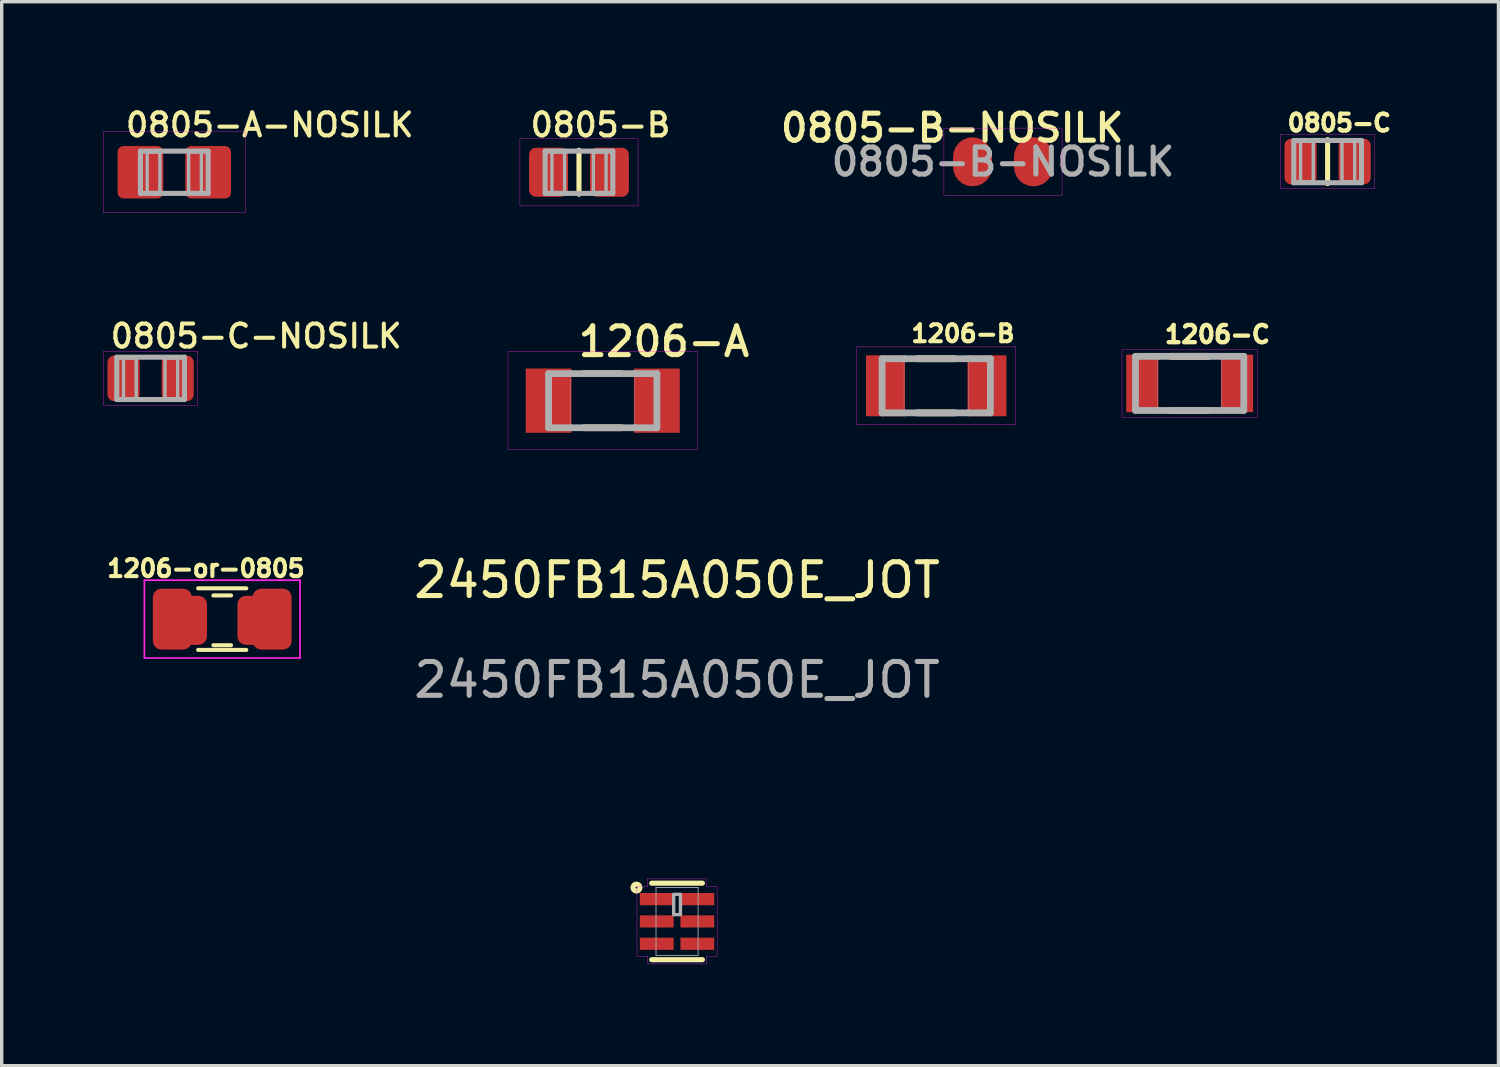
<source format=kicad_pcb>
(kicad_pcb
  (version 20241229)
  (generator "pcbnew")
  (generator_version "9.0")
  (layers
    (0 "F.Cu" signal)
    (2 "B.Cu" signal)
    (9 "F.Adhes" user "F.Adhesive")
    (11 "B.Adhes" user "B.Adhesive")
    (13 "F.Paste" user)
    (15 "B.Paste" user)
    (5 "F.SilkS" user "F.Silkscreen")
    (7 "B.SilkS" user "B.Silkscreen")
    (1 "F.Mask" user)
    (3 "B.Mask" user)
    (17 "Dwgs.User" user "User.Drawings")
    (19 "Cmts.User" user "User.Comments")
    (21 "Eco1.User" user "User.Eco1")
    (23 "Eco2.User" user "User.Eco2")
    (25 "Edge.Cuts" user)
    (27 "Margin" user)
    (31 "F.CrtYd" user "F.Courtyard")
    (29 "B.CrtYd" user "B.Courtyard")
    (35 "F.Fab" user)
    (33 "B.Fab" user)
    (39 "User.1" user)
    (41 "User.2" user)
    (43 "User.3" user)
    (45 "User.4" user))
  (footprint "1206-or-0805"
    (layer "F.Cu")
    (at 3.516 15.244)
    (property "Reference" "1206-or-0805" (at -0.481 -1.496 0) (layer "F.SilkS") (effects (font (size 0.5 0.5) (thickness 0.12))))
    (attr smd)
    (fp_line (start -0.711 -0.91) (end 0.711 -0.91) (stroke (width 0.12) (type solid)) (layer "F.SilkS"))
    (fp_line (start -0.711 0.91) (end 0.711 0.91) (stroke (width 0.12) (type solid)) (layer "F.SilkS"))
    (fp_line (start -0.261 -0.699) (end 0.261 -0.699) (stroke (width 0.12) (type solid)) (layer "F.SilkS"))
    (fp_line (start -0.261 0.771) (end 0.261 0.771) (stroke (width 0.12) (type solid)) (layer "F.SilkS"))
    (fp_line (start -2.3 -1.15) (end 2.3 -1.15) (stroke (width 0.05) (type solid)) (layer "F.CrtYd"))
    (fp_line (start -2.3 1.15) (end -2.3 -1.15) (stroke (width 0.05) (type solid)) (layer "F.CrtYd"))
    (fp_line (start 2.3 -1.15) (end 2.3 1.15) (stroke (width 0.05) (type solid)) (layer "F.CrtYd"))
    (fp_line (start 2.3 1.15) (end -2.3 1.15) (stroke (width 0.05) (type solid)) (layer "F.CrtYd"))
    (pad "1" smd roundrect (at -1.475 0) (size 1.15 1.8) (layers "F.Cu" "F.Mask" "F.Paste") (roundrect_rratio 0.217))
    (pad "1" smd roundrect (at -0.95 0.036) (size 1 1.45) (layers "F.Cu" "F.Mask" "F.Paste") (roundrect_rratio 0.25))
    (pad "2" smd roundrect (at 0.95 0.036) (size 1 1.45) (layers "F.Cu" "F.Mask" "F.Paste") (roundrect_rratio 0.25))
    (pad "2" smd roundrect (at 1.475 0) (size 1.15 1.8) (layers "F.Cu" "F.Mask" "F.Paste") (roundrect_rratio 0.217)))
  (footprint "1206-C"
    (layer "F.Cu")
    (at 32.103 8.279)
    (property "Reference" "1206-C" (at -0.8 -1.15 0) (layer "F.SilkS") (effects (font (size 0.508 0.508) (thickness 0.127) (bold yes)) (justify left bottom)))
    (fp_line (start -0.55 -0.8) (end 0.55 -0.8) (stroke (width 0.2) (type solid)) (layer "F.SilkS"))
    (fp_line (start -0.55 0.8) (end 0.55 0.8) (stroke (width 0.2) (type solid)) (layer "F.SilkS"))
    (fp_line (start -2 -1) (end -2 1) (stroke (width 0.01) (type solid)) (layer "F.CrtYd"))
    (fp_line (start -2 1) (end 2 1) (stroke (width 0.01) (type solid)) (layer "F.CrtYd"))
    (fp_line (start 2 -1) (end -2 -1) (stroke (width 0.01) (type solid)) (layer "F.CrtYd"))
    (fp_line (start 2 1) (end 2 -1) (stroke (width 0.01) (type solid)) (layer "F.CrtYd"))
    (fp_line (start -1.6 -0.8) (end -1.6 0.8) (stroke (width 0.2) (type solid)) (layer "F.Fab"))
    (fp_line (start -1.6 0.8) (end -0.95 0.8) (stroke (width 0.2) (type solid)) (layer "F.Fab"))
    (fp_line (start -0.95 -0.8) (end -1.6 -0.8) (stroke (width 0.2) (type solid)) (layer "F.Fab"))
    (fp_line (start -0.95 -0.8) (end -0.95 0.8) (stroke (width 0.01) (type solid)) (layer "F.Fab"))
    (fp_line (start -0.95 0.8) (end 0.95 0.8) (stroke (width 0.2) (type solid)) (layer "F.Fab"))
    (fp_line (start 0.95 -0.8) (end -0.95 -0.8) (stroke (width 0.2) (type solid)) (layer "F.Fab"))
    (fp_line (start 0.95 -0.8) (end 0.95 0.8) (stroke (width 0.01) (type solid)) (layer "F.Fab"))
    (fp_line (start 0.95 0.8) (end 1.6 0.8) (stroke (width 0.2) (type solid)) (layer "F.Fab"))
    (fp_line (start 1.6 -0.8) (end 0.95 -0.8) (stroke (width 0.2) (type solid)) (layer "F.Fab"))
    (fp_line (start 1.6 0.8) (end 1.6 -0.8) (stroke (width 0.2) (type solid)) (layer "F.Fab"))
    (pad "1" smd rect (at -1.4 0) (size 0.95 1.7) (layers "F.Cu" "F.Mask" "F.Paste"))
    (pad "2" smd rect (at 1.4 0) (size 0.95 1.7) (layers "F.Cu" "F.Mask" "F.Paste")))
  (footprint "0805-A-NOSILK"
    (layer "F.Cu")
    (at 2.1 2.04)
    (property "Reference" "0805-A-NOSILK" (at -1.5 -1 0) (layer "F.SilkS") (effects (font (size 0.68 0.68) (thickness 0.12)) (justify left bottom)))
    (fp_poly (pts (xy -0.26 0.84) (xy -1.74 0.84) (xy -1.74 -0.84) (xy -0.26 -0.84)) (stroke (width 0) (type default)) (fill yes) (layer "F.Mask"))
    (fp_poly (pts (xy 1.74 0.84) (xy 0.26 0.84) (xy 0.26 -0.84) (xy 1.74 -0.84)) (stroke (width 0) (type default)) (fill yes) (layer "F.Mask"))
    (fp_line (start -2.095 -1.195) (end -2.095 1.195) (stroke (width 0.01) (type solid)) (layer "F.CrtYd"))
    (fp_line (start -2.095 1.195) (end 2.095 1.195) (stroke (width 0.01) (type solid)) (layer "F.CrtYd"))
    (fp_line (start 2.095 -1.195) (end -2.095 -1.195) (stroke (width 0.01) (type solid)) (layer "F.CrtYd"))
    (fp_line (start 2.095 1.195) (end 2.095 -1.195) (stroke (width 0.01) (type solid)) (layer "F.CrtYd"))
    (fp_line (start -1 -0.625) (end 1 -0.625) (stroke (width 0.15) (type solid)) (layer "F.Fab"))
    (fp_line (start -1 0.625) (end -1 -0.625) (stroke (width 0.15) (type solid)) (layer "F.Fab"))
    (fp_line (start 1 -0.625) (end 1 0.625) (stroke (width 0.15) (type solid)) (layer "F.Fab"))
    (fp_line (start 1 0.625) (end -1 0.625) (stroke (width 0.15) (type solid)) (layer "F.Fab"))
    (fp_poly (pts (xy -0.8 0.6) (xy -0.425 0.6) (xy -0.425 -0.6) (xy -0.8 -0.6)) (stroke (width 0.1) (type default)) (fill no) (layer "F.Fab"))
    (fp_poly (pts (xy 0.425 0.6) (xy 0.8 0.6) (xy 0.8 -0.6) (xy 0.425 -0.6)) (stroke (width 0.1) (type default)) (fill no) (layer "F.Fab"))
    (pad "1" smd roundrect (at -1 0) (size 1.35 1.55) (layers "F.Cu" "F.Paste") (roundrect_rratio 0.13))
    (pad "2" smd roundrect (at 1 0) (size 1.35 1.55) (layers "F.Cu" "F.Paste") (roundrect_rratio 0.13)))
  (footprint "0805-C"
    (layer "F.Cu")
    (at 36.179 1.725)
    (property "Reference" "0805-C" (at -1.25 -0.85 0) (layer "F.SilkS") (effects (font (size 0.5 0.5) (thickness 0.125)) (justify left bottom)))
    (fp_line (start 0 -0.65) (end 0 0.65) (stroke (width 0.15) (type solid)) (layer "F.SilkS"))
    (fp_line (start -1.395 -0.795) (end -1.395 0.795) (stroke (width 0.01) (type solid)) (layer "F.CrtYd"))
    (fp_line (start -1.395 0.795) (end 1.395 0.795) (stroke (width 0.01) (type solid)) (layer "F.CrtYd"))
    (fp_line (start 1.395 -0.795) (end -1.395 -0.795) (stroke (width 0.01) (type solid)) (layer "F.CrtYd"))
    (fp_line (start 1.395 0.795) (end 1.395 -0.795) (stroke (width 0.01) (type solid)) (layer "F.CrtYd"))
    (fp_line (start -1 -0.625) (end 1 -0.625) (stroke (width 0.15) (type solid)) (layer "F.Fab"))
    (fp_line (start -1 0.625) (end -1 -0.625) (stroke (width 0.15) (type solid)) (layer "F.Fab"))
    (fp_line (start 1 -0.625) (end 1 0.625) (stroke (width 0.15) (type solid)) (layer "F.Fab"))
    (fp_line (start 1 0.625) (end -1 0.625) (stroke (width 0.15) (type solid)) (layer "F.Fab"))
    (fp_poly (pts (xy -0.8 0.6) (xy -0.425 0.6) (xy -0.425 -0.6) (xy -0.8 -0.6)) (stroke (width 0.1) (type default)) (fill no) (layer "F.Fab"))
    (fp_poly (pts (xy 0.425 0.6) (xy 0.8 0.6) (xy 0.8 -0.6) (xy 0.425 -0.6)) (stroke (width 0.1) (type default)) (fill no) (layer "F.Fab"))
    (pad "1" smd roundrect (at -0.8 0) (size 0.95 1.35) (layers "F.Cu" "F.Mask" "F.Paste") (roundrect_rratio 0.21))
    (pad "2" smd roundrect (at 0.8 0) (size 0.95 1.35) (layers "F.Cu" "F.Mask" "F.Paste") (roundrect_rratio 0.21)))
  (footprint "1206-B"
    (layer "F.Cu")
    (at 24.614 8.35)
    (property "Reference" "1206-B" (at -0.8 -1.25 0) (layer "F.SilkS") (effects (font (size 0.5 0.5) (thickness 0.12)) (justify left bottom)))
    (fp_line (start -0.55 -0.8) (end 0.55 -0.8) (stroke (width 0.2) (type solid)) (layer "F.SilkS"))
    (fp_line (start -0.55 0.8) (end 0.55 0.8) (stroke (width 0.2) (type solid)) (layer "F.SilkS"))
    (fp_line (start -2.35 -1.15) (end -2.35 1.15) (stroke (width 0.01) (type solid)) (layer "F.CrtYd"))
    (fp_line (start -2.35 1.15) (end 2.35 1.15) (stroke (width 0.01) (type solid)) (layer "F.CrtYd"))
    (fp_line (start 2.35 -1.15) (end -2.35 -1.15) (stroke (width 0.01) (type solid)) (layer "F.CrtYd"))
    (fp_line (start 2.35 1.15) (end 2.35 -1.15) (stroke (width 0.01) (type solid)) (layer "F.CrtYd"))
    (fp_line (start -1.6 -0.8) (end -1.6 0.8) (stroke (width 0.2) (type solid)) (layer "F.Fab"))
    (fp_line (start -1.6 0.8) (end -0.95 0.8) (stroke (width 0.2) (type solid)) (layer "F.Fab"))
    (fp_line (start -0.95 -0.8) (end -1.6 -0.8) (stroke (width 0.2) (type solid)) (layer "F.Fab"))
    (fp_line (start -0.95 -0.8) (end -0.95 0.8) (stroke (width 0.01) (type solid)) (layer "F.Fab"))
    (fp_line (start -0.95 0.8) (end 0.95 0.8) (stroke (width 0.2) (type solid)) (layer "F.Fab"))
    (fp_line (start 0.95 -0.8) (end -0.95 -0.8) (stroke (width 0.2) (type solid)) (layer "F.Fab"))
    (fp_line (start 0.95 -0.8) (end 0.95 0.8) (stroke (width 0.01) (type solid)) (layer "F.Fab"))
    (fp_line (start 0.95 0.8) (end 1.6 0.8) (stroke (width 0.2) (type solid)) (layer "F.Fab"))
    (fp_line (start 1.6 -0.8) (end 0.95 -0.8) (stroke (width 0.2) (type solid)) (layer "F.Fab"))
    (fp_line (start 1.6 0.8) (end 1.6 -0.8) (stroke (width 0.2) (type solid)) (layer "F.Fab"))
    (pad "1" smd rect (at -1.5 0) (size 1.15 1.8) (layers "F.Cu" "F.Mask" "F.Paste"))
    (pad "2" smd rect (at 1.5 0) (size 1.15 1.8) (layers "F.Cu" "F.Mask" "F.Paste")))
  (footprint "2450FB15A050E_JOT"
    (layer "F.Cu")
    (at 16.956 24.177)
    (property "Reference" "2450FB15A050E_JOT" (at 0 -10.084 0) (unlocked yes) (layer "F.SilkS") (effects (font (size 1 1) (thickness 0.15))))
    (attr smd)
    (fp_line (start -0.749 1.13) (end 0.749 1.13) (stroke (width 0.152) (type solid)) (layer "F.SilkS"))
    (fp_line (start 0.749 -1.13) (end -0.749 -1.13) (stroke (width 0.152) (type solid)) (layer "F.SilkS"))
    (fp_circle (center -1.2 -1) (end -1.098 -1) (stroke (width 0.152) (type solid)) (fill no) (layer "F.SilkS"))
    (fp_line (start -1.184 -1.031) (end -0.876 -1.031) (stroke (width 0.01) (type solid)) (layer "F.CrtYd"))
    (fp_line (start -1.184 1.031) (end -1.184 -1.031) (stroke (width 0.01) (type solid)) (layer "F.CrtYd"))
    (fp_line (start -1.184 1.031) (end -0.876 1.031) (stroke (width 0.01) (type solid)) (layer "F.CrtYd"))
    (fp_line (start -0.876 -1.257) (end 0.876 -1.257) (stroke (width 0.01) (type solid)) (layer "F.CrtYd"))
    (fp_line (start -0.876 -1.031) (end -0.876 -1.257) (stroke (width 0.01) (type solid)) (layer "F.CrtYd"))
    (fp_line (start -0.876 1.257) (end -0.876 1.031) (stroke (width 0.01) (type solid)) (layer "F.CrtYd"))
    (fp_line (start 0.876 -1.257) (end 0.876 -1.031) (stroke (width 0.01) (type solid)) (layer "F.CrtYd"))
    (fp_line (start 0.876 1.031) (end 0.876 1.257) (stroke (width 0.01) (type solid)) (layer "F.CrtYd"))
    (fp_line (start 0.876 1.257) (end -0.876 1.257) (stroke (width 0.01) (type solid)) (layer "F.CrtYd"))
    (fp_line (start 1.184 -1.031) (end 0.876 -1.031) (stroke (width 0.01) (type solid)) (layer "F.CrtYd"))
    (fp_line (start 1.184 -1.031) (end 1.184 1.031) (stroke (width 0.01) (type solid)) (layer "F.CrtYd"))
    (fp_line (start 1.184 1.031) (end 0.876 1.031) (stroke (width 0.01) (type solid)) (layer "F.CrtYd"))
    (fp_line (start -0.622 -1.003) (end -0.622 1.003) (stroke (width 0.025) (type solid)) (layer "F.Fab"))
    (fp_line (start -0.622 1.003) (end 0.622 1.003) (stroke (width 0.025) (type solid)) (layer "F.Fab"))
    (fp_line (start 0.622 -1.003) (end -0.622 -1.003) (stroke (width 0.025) (type solid)) (layer "F.Fab"))
    (fp_line (start 0.622 1.003) (end 0.622 -1.003) (stroke (width 0.025) (type solid)) (layer "F.Fab"))
    (fp_rect (start -0.1 -0.8) (end 0.1 -0.2) (stroke (width 0.1) (type solid)) (fill no) (layer "F.Fab"))
    (fp_text user "${REFERENCE}" (at 0 -7.137 0) (unlocked yes) (layer "F.Fab") (effects (font (size 1 1) (thickness 0.15))))
    (pad "1" smd rect (at -0.6 -0.66) (size 1 0.36) (layers "F.Cu" "F.Mask" "F.Paste"))
    (pad "2" smd rect (at -0.6 0) (size 1 0.36) (layers "F.Cu" "F.Mask" "F.Paste"))
    (pad "3" smd rect (at -0.6 0.66) (size 1 0.36) (layers "F.Cu" "F.Mask" "F.Paste"))
    (pad "4" smd rect (at 0.6 0.66) (size 1 0.36) (layers "F.Cu" "F.Mask" "F.Paste"))
    (pad "5" smd rect (at 0.6 0) (size 1 0.36) (layers "F.Cu" "F.Mask" "F.Paste"))
    (pad "6" smd rect (at 0.6 -0.66) (size 1 0.36) (layers "F.Cu" "F.Mask" "F.Paste")))
  (footprint "0805-B-NOSILK"
    (layer "F.Cu")
    (at 26.587 1.731)
    (property "Reference" "0805-B-NOSILK" (at -1.5 -1 0) (layer "F.SilkS") (effects (font (size 0.8 0.8) (thickness 0.15))))
    (attr through_hole)
    (fp_poly (pts (xy -0.52 -0.53) (xy -1.28 -0.53) (xy -1.28 0.53) (xy -0.52 0.53)) (stroke (width 0.52) (type solid)) (fill yes) (layer "F.Mask"))
    (fp_poly (pts (xy 1.28 -0.53) (xy 0.52 -0.53) (xy 0.52 0.53) (xy 1.28 0.53)) (stroke (width 0.52) (type solid)) (fill yes) (layer "F.Mask"))
    (fp_line (start -1 -0.625) (end 1 -0.625) (stroke (width 0.15) (type solid)) (layer "Eco2.User"))
    (fp_line (start -1 -0.625) (end 1 -0.625) (stroke (width 0.15) (type solid)) (layer "Eco2.User"))
    (fp_line (start -1 0.625) (end -1 -0.625) (stroke (width 0.15) (type solid)) (layer "Eco2.User"))
    (fp_line (start -1 0.625) (end -1 -0.625) (stroke (width 0.15) (type solid)) (layer "Eco2.User"))
    (fp_line (start 1 -0.625) (end 1 0.625) (stroke (width 0.15) (type solid)) (layer "Eco2.User"))
    (fp_line (start 1 -0.625) (end 1 0.625) (stroke (width 0.15) (type solid)) (layer "Eco2.User"))
    (fp_line (start 1 0.625) (end -1 0.625) (stroke (width 0.15) (type solid)) (layer "Eco2.User"))
    (fp_line (start 1 0.625) (end -1 0.625) (stroke (width 0.15) (type solid)) (layer "Eco2.User"))
    (fp_line (start -1.745 -0.995) (end -1.745 0.995) (stroke (width 0.01) (type solid)) (layer "F.CrtYd"))
    (fp_line (start -1.745 0.995) (end 1.745 0.995) (stroke (width 0.01) (type solid)) (layer "F.CrtYd"))
    (fp_line (start 1.745 -0.995) (end -1.745 -0.995) (stroke (width 0.01) (type solid)) (layer "F.CrtYd"))
    (fp_line (start 1.745 0.995) (end 1.745 -0.995) (stroke (width 0.01) (type solid)) (layer "F.CrtYd"))
    (fp_text user "${REFERENCE}" (at 0 0 0) (layer "F.Fab") (effects (font (size 0.8 0.8) (thickness 0.15))))
    (pad "1" smd roundrect (at -0.9 0) (size 1.15 1.45) (layers "F.Cu" "F.Mask" "F.Paste") (roundrect_rratio 0.5))
    (pad "2" smd roundrect (at 0.9 0) (size 1.15 1.45) (layers "F.Cu" "F.Mask" "F.Paste") (roundrect_rratio 0.5)))
  (footprint "1206-A"
    (layer "F.Cu")
    (at 14.76 8.79)
    (property "Reference" "1206-A" (at -0.8 -1.25 0) (layer "F.SilkS") (effects (font (size 0.85 0.85) (thickness 0.15)) (justify left bottom)))
    (fp_line (start -0.55 -0.8) (end 0.55 -0.8) (stroke (width 0.2) (type solid)) (layer "F.SilkS"))
    (fp_line (start -0.55 0.8) (end 0.55 0.8) (stroke (width 0.2) (type solid)) (layer "F.SilkS"))
    (fp_line (start -2.8 -1.45) (end -2.8 1.45) (stroke (width 0.01) (type solid)) (layer "F.CrtYd"))
    (fp_line (start -2.8 1.45) (end 2.8 1.45) (stroke (width 0.01) (type solid)) (layer "F.CrtYd"))
    (fp_line (start 2.8 -1.45) (end -2.8 -1.45) (stroke (width 0.01) (type solid)) (layer "F.CrtYd"))
    (fp_line (start 2.8 1.45) (end 2.8 -1.45) (stroke (width 0.01) (type solid)) (layer "F.CrtYd"))
    (fp_line (start -1.6 -0.8) (end -1.6 0.8) (stroke (width 0.2) (type solid)) (layer "F.Fab"))
    (fp_line (start -1.6 0.8) (end -0.95 0.8) (stroke (width 0.2) (type solid)) (layer "F.Fab"))
    (fp_line (start -0.95 -0.8) (end -1.6 -0.8) (stroke (width 0.2) (type solid)) (layer "F.Fab"))
    (fp_line (start -0.95 -0.8) (end -0.95 0.8) (stroke (width 0.01) (type solid)) (layer "F.Fab"))
    (fp_line (start -0.95 0.8) (end 0.95 0.8) (stroke (width 0.2) (type solid)) (layer "F.Fab"))
    (fp_line (start 0.95 -0.8) (end -0.95 -0.8) (stroke (width 0.2) (type solid)) (layer "F.Fab"))
    (fp_line (start 0.95 -0.8) (end 0.95 0.8) (stroke (width 0.01) (type solid)) (layer "F.Fab"))
    (fp_line (start 0.95 0.8) (end 1.6 0.8) (stroke (width 0.2) (type solid)) (layer "F.Fab"))
    (fp_line (start 1.6 -0.8) (end 0.95 -0.8) (stroke (width 0.2) (type solid)) (layer "F.Fab"))
    (fp_line (start 1.6 0.8) (end 1.6 -0.8) (stroke (width 0.2) (type solid)) (layer "F.Fab"))
    (pad "1" smd rect (at -1.6 0) (size 1.35 1.9) (layers "F.Cu" "F.Mask" "F.Paste"))
    (pad "2" smd rect (at 1.6 0) (size 1.35 1.9) (layers "F.Cu" "F.Mask" "F.Paste")))
  (footprint "0805-B"
    (layer "F.Cu")
    (at 14.058 2.04)
    (property "Reference" "0805-B" (at -1.5 -1 0) (layer "F.SilkS") (effects (font (size 0.68 0.68) (thickness 0.12)) (justify left bottom)))
    (fp_poly (pts (xy -0.26 0.79) (xy -1.54 0.79) (xy -1.54 -0.79) (xy -0.26 -0.79)) (stroke (width 0) (type default)) (fill yes) (layer "F.Mask"))
    (fp_poly (pts (xy 1.54 0.79) (xy 0.26 0.79) (xy 0.26 -0.79) (xy 1.54 -0.79)) (stroke (width 0) (type default)) (fill yes) (layer "F.Mask"))
    (fp_line (start 0 -0.65) (end 0 0.65) (stroke (width 0.15) (type solid)) (layer "F.SilkS"))
    (fp_line (start -1.745 -0.995) (end -1.745 0.995) (stroke (width 0.01) (type solid)) (layer "F.CrtYd"))
    (fp_line (start -1.745 0.995) (end 1.745 0.995) (stroke (width 0.01) (type solid)) (layer "F.CrtYd"))
    (fp_line (start 1.745 -0.995) (end -1.745 -0.995) (stroke (width 0.01) (type solid)) (layer "F.CrtYd"))
    (fp_line (start 1.745 0.995) (end 1.745 -0.995) (stroke (width 0.01) (type solid)) (layer "F.CrtYd"))
    (fp_line (start -1 -0.625) (end 1 -0.625) (stroke (width 0.15) (type solid)) (layer "F.Fab"))
    (fp_line (start -1 0.625) (end -1 -0.625) (stroke (width 0.15) (type solid)) (layer "F.Fab"))
    (fp_line (start 1 -0.625) (end 1 0.625) (stroke (width 0.15) (type solid)) (layer "F.Fab"))
    (fp_line (start 1 0.625) (end -1 0.625) (stroke (width 0.15) (type solid)) (layer "F.Fab"))
    (fp_poly (pts (xy -0.8 0.6) (xy -0.425 0.6) (xy -0.425 -0.6) (xy -0.8 -0.6)) (stroke (width 0.1) (type default)) (fill no) (layer "F.Fab"))
    (fp_poly (pts (xy 0.425 0.6) (xy 0.8 0.6) (xy 0.8 -0.6) (xy 0.425 -0.6)) (stroke (width 0.1) (type default)) (fill no) (layer "F.Fab"))
    (pad "1" smd roundrect (at -0.9 0) (size 1.15 1.45) (layers "F.Cu" "F.Paste") (roundrect_rratio 0.175))
    (pad "2" smd roundrect (at 0.9 0) (size 1.15 1.45) (layers "F.Cu" "F.Paste") (roundrect_rratio 0.175)))
  (footprint "0805-C-NOSILK"
    (layer "F.Cu")
    (at 1.4 8.13)
    (property "Reference" "0805-C-NOSILK" (at -1.25 -0.85 0) (layer "F.SilkS") (effects (font (size 0.68 0.68) (thickness 0.12)) (justify left bottom)))
    (fp_poly (pts (xy -0.26 0.74) (xy -1.34 0.74) (xy -1.34 -0.74) (xy -0.26 -0.74)) (stroke (width 0) (type default)) (fill yes) (layer "F.Mask"))
    (fp_poly (pts (xy 1.34 0.74) (xy 0.26 0.74) (xy 0.26 -0.74) (xy 1.34 -0.74)) (stroke (width 0) (type default)) (fill yes) (layer "F.Mask"))
    (fp_line (start -1.395 -0.795) (end -1.395 0.795) (stroke (width 0.01) (type solid)) (layer "F.CrtYd"))
    (fp_line (start -1.395 0.795) (end 1.395 0.795) (stroke (width 0.01) (type solid)) (layer "F.CrtYd"))
    (fp_line (start 1.395 -0.795) (end -1.395 -0.795) (stroke (width 0.01) (type solid)) (layer "F.CrtYd"))
    (fp_line (start 1.395 0.795) (end 1.395 -0.795) (stroke (width 0.01) (type solid)) (layer "F.CrtYd"))
    (fp_line (start -1 -0.625) (end 1 -0.625) (stroke (width 0.15) (type solid)) (layer "F.Fab"))
    (fp_line (start -1 0.625) (end -1 -0.625) (stroke (width 0.15) (type solid)) (layer "F.Fab"))
    (fp_line (start 1 -0.625) (end 1 0.625) (stroke (width 0.15) (type solid)) (layer "F.Fab"))
    (fp_line (start 1 0.625) (end -1 0.625) (stroke (width 0.15) (type solid)) (layer "F.Fab"))
    (fp_poly (pts (xy -0.8 0.6) (xy -0.425 0.6) (xy -0.425 -0.6) (xy -0.8 -0.6)) (stroke (width 0.1) (type default)) (fill no) (layer "F.Fab"))
    (fp_poly (pts (xy 0.425 0.6) (xy 0.8 0.6) (xy 0.8 -0.6) (xy 0.425 -0.6)) (stroke (width 0.1) (type default)) (fill no) (layer "F.Fab"))
    (pad "1" smd roundrect (at -0.8 0) (size 0.95 1.35) (layers "F.Cu" "F.Paste") (roundrect_rratio 0.21))
    (pad "2" smd roundrect (at 0.8 0) (size 0.95 1.35) (layers "F.Cu" "F.Paste") (roundrect_rratio 0.21)))
  (gr_rect
    (start -3 -3)
    (end 41.228 28.439)
    (stroke (width 0.1) (type default))
    (fill no)
    (layer "Edge.Cuts")))
</source>
